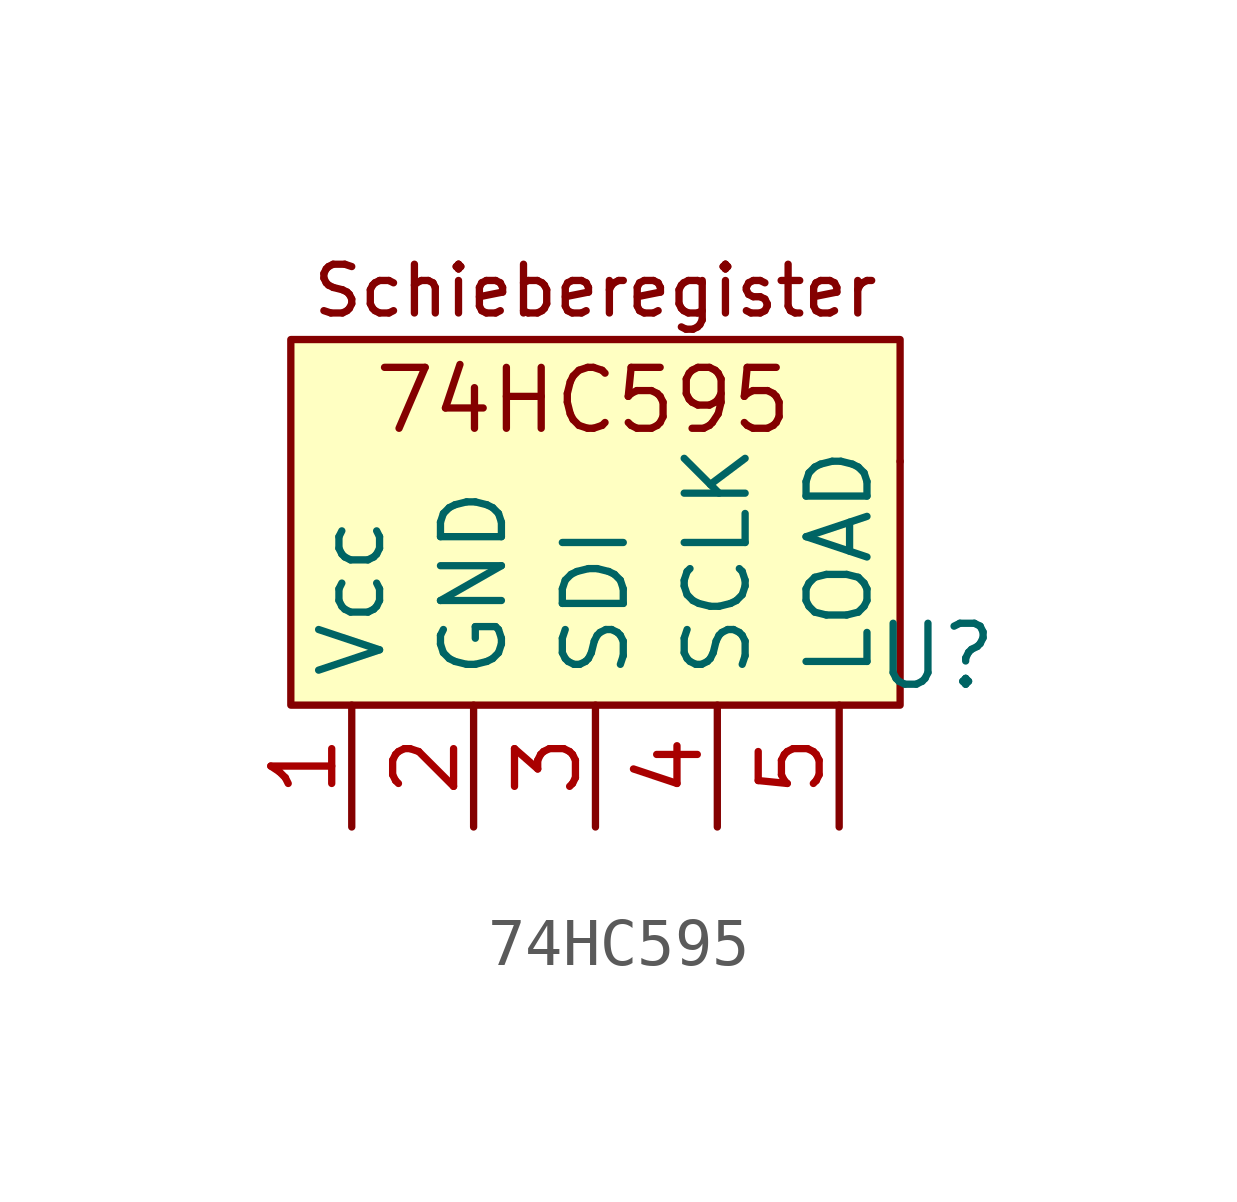
<source format=kicad_sym>
(kicad_symbol_lib
  (version 20241209)
  (generator "kicad_symbol_editor")
  (generator_version "9.0")
  (symbol "74HC595"
    (property "Reference" "U"
      (at 7.112 -4.064 0)
      (effects (font (size 1.27 1.27))))
    (property "Value" ""
      (at 0 0 0)
      (effects (font (size 1.27 1.27))))
    (symbol "74HC595_0_1"
      (rectangle (start 6.35 0) (end 6.35 0) (stroke (width 0) (type default)) (fill (type none))))
    (symbol "74HC595_1_1"
      (rectangle (start -6.35 2.54) (end 6.35 -5.08) (stroke (width 0) (type solid)) (fill (type background)))
      (text "74HC595" (at -0.254 1.27 0) (effects (font (size 1.27 1.27))))
      (text "Schieberegister" (at 0 3.556 0) (effects (font (size 1.016 1.016))))
      (pin input line (at -5.08 -7.62 90) (length 2.54) (name "Vcc" (effects (font (size 1.27 1.27)))) (number "1" (effects (font (size 1.27 1.27)))))
      (pin input line (at -2.54 -7.62 90) (length 2.54) (name "GND" (effects (font (size 1.27 1.27)))) (number "2" (effects (font (size 1.27 1.27)))))
      (pin input line (at 0 -7.62 90) (length 2.54) (name "SDI" (effects (font (size 1.27 1.27)))) (number "3" (effects (font (size 1.27 1.27)))))
      (pin input line (at 2.54 -7.62 90) (length 2.54) (name "SCLK" (effects (font (size 1.27 1.27)))) (number "4" (effects (font (size 1.27 1.27)))))
      (pin input line (at 5.08 -7.62 90) (length 2.54) (name "LOAD" (effects (font (size 1.27 1.27)))) (number "5" (effects (font (size 1.27 1.27))))))))
</source>
